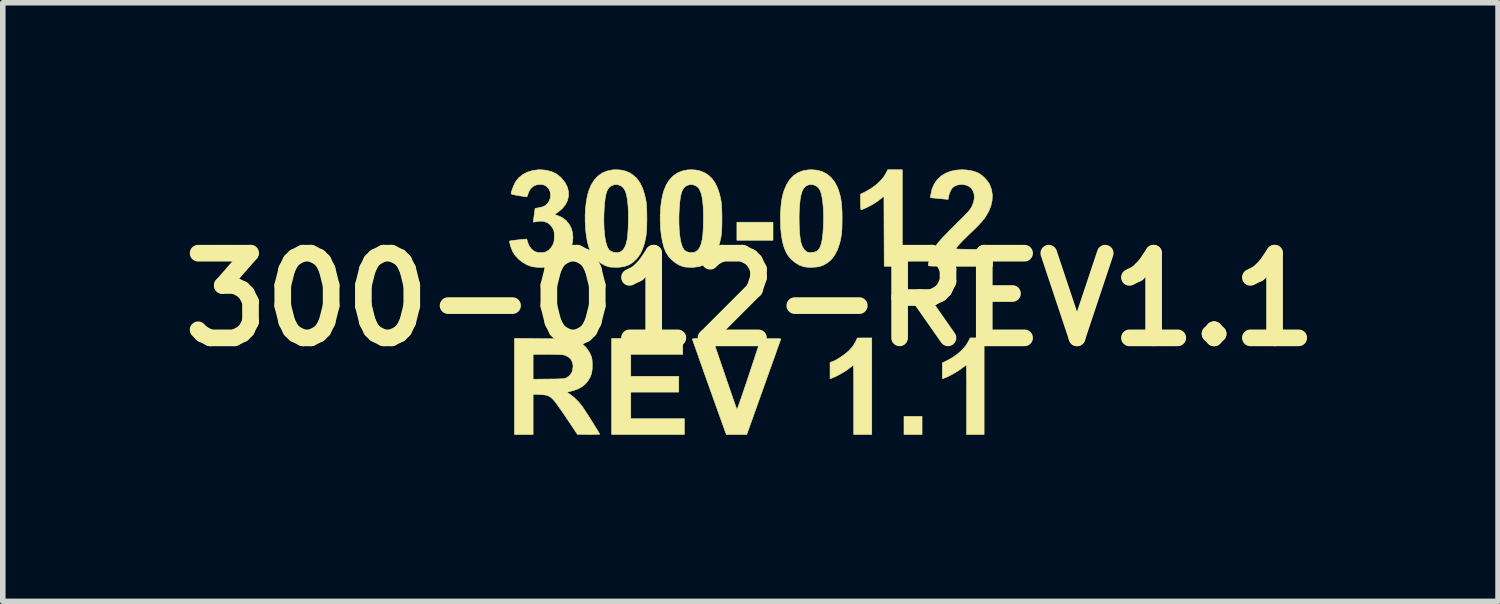
<source format=kicad_pcb>
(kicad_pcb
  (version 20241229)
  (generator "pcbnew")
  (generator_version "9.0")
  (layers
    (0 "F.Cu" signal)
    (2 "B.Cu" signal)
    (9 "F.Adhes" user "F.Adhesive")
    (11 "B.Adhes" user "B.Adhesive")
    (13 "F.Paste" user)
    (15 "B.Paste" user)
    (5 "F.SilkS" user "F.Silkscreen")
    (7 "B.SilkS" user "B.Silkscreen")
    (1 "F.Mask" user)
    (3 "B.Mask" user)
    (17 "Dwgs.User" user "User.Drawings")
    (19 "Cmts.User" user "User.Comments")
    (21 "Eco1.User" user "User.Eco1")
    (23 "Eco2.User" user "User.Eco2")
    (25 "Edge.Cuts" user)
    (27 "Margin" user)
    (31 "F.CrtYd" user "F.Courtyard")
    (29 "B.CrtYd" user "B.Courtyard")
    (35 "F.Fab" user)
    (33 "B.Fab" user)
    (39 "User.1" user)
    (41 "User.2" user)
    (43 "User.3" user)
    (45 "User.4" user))
  (footprint "300-012-REV1.1"
    (layer "F.Cu")
    (at 10.458 2.342)
    (property "Reference" "300-012-REV1.1" (at 0 0 0) (layer "F.SilkS") (effects (font (size 1.524 1.524) (thickness 0.3))))
    (attr through_hole)
    (fp_poly (pts (xy 0.406 -1.067) (xy -0.244 -1.067) (xy -0.244 -1.392) (xy 0.406 -1.392) (xy 0.406 -1.067)) (stroke (width 0.01) (type solid)) (fill yes) (layer "F.SilkS"))
    (fp_poly (pts (xy 3.089 2.428) (xy 2.764 2.428) (xy 2.764 2.103) (xy 3.089 2.103) (xy 3.089 2.428)) (stroke (width 0.01) (type solid)) (fill yes) (layer "F.SilkS"))
    (fp_poly (pts (xy -1.219 0.986) (xy -2.154 0.986) (xy -2.154 1.382) (xy -1.29 1.382) (xy -1.29 1.666) (xy -2.154 1.666) (xy -2.154 2.144) (xy -1.189 2.144) (xy -1.189 2.428) (xy -2.499 2.428) (xy -2.499 0.701) (xy -1.219 0.701) (xy -1.219 0.986)) (stroke (width 0.01) (type solid)) (fill yes) (layer "F.SilkS"))
    (fp_poly (pts (xy 2.733 -0.599) (xy 2.408 -0.599) (xy 2.405 -1.232) (xy 2.403 -1.864) (xy 2.362 -1.827) (xy 2.284 -1.767) (xy 2.191 -1.708) (xy 2.101 -1.661) (xy 2.06 -1.642) (xy 2.025 -1.627) (xy 2.001 -1.618) (xy 1.993 -1.615) (xy 1.988 -1.623) (xy 1.984 -1.648) (xy 1.982 -1.691) (xy 1.981 -1.752) (xy 1.981 -1.756) (xy 1.981 -1.897) (xy 2.068 -1.939) (xy 2.167 -1.996) (xy 2.257 -2.061) (xy 2.335 -2.132) (xy 2.399 -2.207) (xy 2.443 -2.28) (xy 2.471 -2.337) (xy 2.733 -2.337) (xy 2.733 -0.599)) (stroke (width 0.01) (type solid)) (fill yes) (layer "F.SilkS"))
    (fp_poly (pts (xy 4.206 2.428) (xy 3.891 2.428) (xy 3.891 1.803) (xy 3.891 1.693) (xy 3.891 1.588) (xy 3.891 1.492) (xy 3.89 1.405) (xy 3.889 1.33) (xy 3.889 1.268) (xy 3.888 1.221) (xy 3.887 1.191) (xy 3.886 1.179) (xy 3.886 1.179) (xy 3.876 1.184) (xy 3.854 1.2) (xy 3.823 1.223) (xy 3.792 1.246) (xy 3.748 1.277) (xy 3.694 1.311) (xy 3.636 1.344) (xy 3.578 1.374) (xy 3.526 1.399) (xy 3.484 1.415) (xy 3.477 1.417) (xy 3.454 1.424) (xy 3.454 1.14) (xy 3.539 1.099) (xy 3.639 1.043) (xy 3.73 0.978) (xy 3.81 0.907) (xy 3.875 0.831) (xy 3.922 0.756) (xy 3.955 0.691) (xy 4.206 0.691) (xy 4.206 2.428)) (stroke (width 0.01) (type solid)) (fill yes) (layer "F.SilkS"))
    (fp_poly (pts (xy 2.184 2.428) (xy 1.859 2.428) (xy 1.859 1.802) (xy 1.859 1.674) (xy 1.859 1.565) (xy 1.859 1.473) (xy 1.859 1.397) (xy 1.858 1.335) (xy 1.857 1.286) (xy 1.856 1.25) (xy 1.855 1.223) (xy 1.853 1.205) (xy 1.851 1.194) (xy 1.848 1.188) (xy 1.845 1.188) (xy 1.841 1.189) (xy 1.841 1.19) (xy 1.824 1.202) (xy 1.796 1.223) (xy 1.763 1.249) (xy 1.752 1.258) (xy 1.715 1.283) (xy 1.667 1.312) (xy 1.614 1.343) (xy 1.559 1.372) (xy 1.509 1.396) (xy 1.469 1.413) (xy 1.455 1.417) (xy 1.433 1.424) (xy 1.433 1.133) (xy 1.482 1.115) (xy 1.528 1.094) (xy 1.582 1.063) (xy 1.642 1.024) (xy 1.701 0.981) (xy 1.754 0.938) (xy 1.789 0.904) (xy 1.85 0.832) (xy 1.891 0.764) (xy 1.925 0.692) (xy 2.055 0.691) (xy 2.184 0.691) (xy 2.184 2.428)) (stroke (width 0.01) (type solid)) (fill yes) (layer "F.SilkS"))
    (fp_poly (pts (xy -0.468 1.333) (xy -0.431 1.442) (xy -0.395 1.546) (xy -0.362 1.642) (xy -0.332 1.729) (xy -0.306 1.806) (xy -0.283 1.871) (xy -0.265 1.922) (xy -0.252 1.958) (xy -0.245 1.977) (xy -0.244 1.98) (xy -0.24 1.973) (xy -0.229 1.948) (xy -0.214 1.906) (xy -0.193 1.847) (xy -0.167 1.774) (xy -0.137 1.686) (xy -0.103 1.585) (xy -0.065 1.473) (xy -0.024 1.35) (xy 0.189 0.706) (xy 0.37 0.703) (xy 0.442 0.703) (xy 0.496 0.704) (xy 0.531 0.706) (xy 0.546 0.709) (xy 0.547 0.711) (xy 0.543 0.722) (xy 0.533 0.75) (xy 0.517 0.795) (xy 0.495 0.855) (xy 0.469 0.929) (xy 0.439 1.015) (xy 0.404 1.112) (xy 0.366 1.218) (xy 0.325 1.332) (xy 0.282 1.453) (xy 0.239 1.574) (xy -0.066 2.428) (xy -0.434 2.428) (xy -0.45 2.385) (xy -0.46 2.36) (xy -0.474 2.319) (xy -0.494 2.264) (xy -0.519 2.196) (xy -0.547 2.116) (xy -0.579 2.028) (xy -0.613 1.932) (xy -0.65 1.83) (xy -0.688 1.723) (xy -0.727 1.614) (xy -0.766 1.504) (xy -0.805 1.395) (xy -0.843 1.288) (xy -0.879 1.185) (xy -0.914 1.088) (xy -0.945 0.998) (xy -0.974 0.917) (xy -0.998 0.847) (xy -1.019 0.79) (xy -1.034 0.747) (xy -1.043 0.719) (xy -1.046 0.709) (xy -1.037 0.707) (xy -1.01 0.704) (xy -0.97 0.703) (xy -0.918 0.701) (xy -0.865 0.701) (xy -0.684 0.701) (xy -0.468 1.333)) (stroke (width 0.01) (type solid)) (fill yes) (layer "F.SilkS"))
    (fp_poly (pts (xy 1.204 -2.328) (xy 1.297 -2.301) (xy 1.38 -2.257) (xy 1.453 -2.195) (xy 1.515 -2.118) (xy 1.565 -2.023) (xy 1.588 -1.961) (xy 1.609 -1.891) (xy 1.625 -1.822) (xy 1.637 -1.748) (xy 1.644 -1.665) (xy 1.649 -1.57) (xy 1.65 -1.463) (xy 1.649 -1.364) (xy 1.647 -1.281) (xy 1.642 -1.209) (xy 1.634 -1.145) (xy 1.623 -1.083) (xy 1.608 -1.021) (xy 1.604 -1.006) (xy 1.567 -0.898) (xy 1.518 -0.804) (xy 1.459 -0.725) (xy 1.388 -0.662) (xy 1.309 -0.617) (xy 1.245 -0.595) (xy 1.199 -0.587) (xy 1.14 -0.582) (xy 1.078 -0.58) (xy 1.019 -0.583) (xy 0.97 -0.589) (xy 0.962 -0.59) (xy 0.884 -0.618) (xy 0.808 -0.663) (xy 0.739 -0.721) (xy 0.68 -0.789) (xy 0.646 -0.843) (xy 0.607 -0.934) (xy 0.577 -1.041) (xy 0.556 -1.165) (xy 0.543 -1.305) (xy 0.54 -1.458) (xy 0.54 -1.466) (xy 0.876 -1.466) (xy 0.877 -1.371) (xy 0.88 -1.279) (xy 0.885 -1.194) (xy 0.893 -1.119) (xy 0.902 -1.059) (xy 0.908 -1.031) (xy 0.933 -0.957) (xy 0.966 -0.902) (xy 1.005 -0.865) (xy 1.026 -0.854) (xy 1.064 -0.846) (xy 1.111 -0.847) (xy 1.157 -0.855) (xy 1.194 -0.87) (xy 1.197 -0.873) (xy 1.226 -0.899) (xy 1.25 -0.935) (xy 1.269 -0.982) (xy 1.285 -1.043) (xy 1.297 -1.118) (xy 1.306 -1.211) (xy 1.311 -1.28) (xy 1.316 -1.413) (xy 1.316 -1.539) (xy 1.311 -1.655) (xy 1.301 -1.76) (xy 1.287 -1.851) (xy 1.269 -1.925) (xy 1.256 -1.962) (xy 1.226 -2.01) (xy 1.183 -2.046) (xy 1.132 -2.067) (xy 1.077 -2.071) (xy 1.064 -2.069) (xy 1.021 -2.055) (xy 0.985 -2.032) (xy 0.955 -1.996) (xy 0.93 -1.948) (xy 0.911 -1.886) (xy 0.896 -1.808) (xy 0.886 -1.713) (xy 0.879 -1.6) (xy 0.877 -1.561) (xy 0.876 -1.466) (xy 0.54 -1.466) (xy 0.541 -1.538) (xy 0.547 -1.649) (xy 0.556 -1.744) (xy 0.569 -1.827) (xy 0.587 -1.903) (xy 0.608 -1.969) (xy 0.653 -2.073) (xy 0.708 -2.159) (xy 0.774 -2.229) (xy 0.85 -2.281) (xy 0.937 -2.316) (xy 1.036 -2.334) (xy 1.101 -2.337) (xy 1.204 -2.328)) (stroke (width 0.01) (type solid)) (fill yes) (layer "F.SilkS"))
    (fp_poly (pts (xy -2.336 -2.332) (xy -2.261 -2.316) (xy -2.188 -2.287) (xy -2.174 -2.28) (xy -2.102 -2.233) (xy -2.04 -2.174) (xy -1.988 -2.1) (xy -1.944 -2.01) (xy -1.909 -1.904) (xy -1.883 -1.793) (xy -1.875 -1.742) (xy -1.87 -1.674) (xy -1.866 -1.595) (xy -1.864 -1.509) (xy -1.864 -1.42) (xy -1.866 -1.333) (xy -1.869 -1.252) (xy -1.875 -1.182) (xy -1.882 -1.127) (xy -1.883 -1.122) (xy -1.909 -1.006) (xy -1.942 -0.907) (xy -1.983 -0.823) (xy -2.033 -0.751) (xy -2.053 -0.728) (xy -2.119 -0.667) (xy -2.19 -0.623) (xy -2.27 -0.595) (xy -2.361 -0.582) (xy -2.416 -0.58) (xy -2.464 -0.582) (xy -2.508 -0.584) (xy -2.542 -0.588) (xy -2.553 -0.59) (xy -2.625 -0.616) (xy -2.698 -0.658) (xy -2.765 -0.713) (xy -2.824 -0.776) (xy -2.869 -0.844) (xy -2.874 -0.853) (xy -2.907 -0.937) (xy -2.934 -1.036) (xy -2.954 -1.148) (xy -2.968 -1.268) (xy -2.974 -1.386) (xy -2.639 -1.386) (xy -2.634 -1.271) (xy -2.625 -1.166) (xy -2.612 -1.075) (xy -2.594 -0.999) (xy -2.572 -0.939) (xy -2.55 -0.901) (xy -2.513 -0.869) (xy -2.464 -0.85) (xy -2.41 -0.844) (xy -2.356 -0.853) (xy -2.343 -0.857) (xy -2.301 -0.886) (xy -2.266 -0.933) (xy -2.239 -0.998) (xy -2.219 -1.08) (xy -2.215 -1.106) (xy -2.209 -1.163) (xy -2.204 -1.236) (xy -2.2 -1.319) (xy -2.198 -1.407) (xy -2.197 -1.496) (xy -2.198 -1.581) (xy -2.201 -1.657) (xy -2.203 -1.687) (xy -2.213 -1.787) (xy -2.227 -1.869) (xy -2.245 -1.934) (xy -2.269 -1.985) (xy -2.298 -2.022) (xy -2.333 -2.048) (xy -2.34 -2.051) (xy -2.394 -2.07) (xy -2.446 -2.069) (xy -2.496 -2.051) (xy -2.53 -2.03) (xy -2.558 -1.999) (xy -2.581 -1.957) (xy -2.599 -1.902) (xy -2.613 -1.833) (xy -2.624 -1.747) (xy -2.632 -1.643) (xy -2.632 -1.643) (xy -2.638 -1.511) (xy -2.639 -1.386) (xy -2.974 -1.386) (xy -2.975 -1.394) (xy -2.975 -1.521) (xy -2.968 -1.646) (xy -2.954 -1.766) (xy -2.933 -1.876) (xy -2.909 -1.961) (xy -2.866 -2.065) (xy -2.811 -2.152) (xy -2.745 -2.223) (xy -2.668 -2.278) (xy -2.58 -2.314) (xy -2.483 -2.334) (xy -2.422 -2.337) (xy -2.336 -2.332)) (stroke (width 0.01) (type solid)) (fill yes) (layer "F.SilkS"))
    (fp_poly (pts (xy -0.985 -2.332) (xy -0.909 -2.316) (xy -0.837 -2.287) (xy -0.822 -2.28) (xy -0.75 -2.233) (xy -0.689 -2.174) (xy -0.637 -2.1) (xy -0.593 -2.01) (xy -0.557 -1.904) (xy -0.532 -1.793) (xy -0.524 -1.742) (xy -0.519 -1.674) (xy -0.515 -1.595) (xy -0.513 -1.509) (xy -0.513 -1.42) (xy -0.514 -1.333) (xy -0.518 -1.252) (xy -0.523 -1.182) (xy -0.53 -1.127) (xy -0.531 -1.122) (xy -0.558 -1.006) (xy -0.591 -0.907) (xy -0.632 -0.823) (xy -0.681 -0.751) (xy -0.702 -0.728) (xy -0.768 -0.667) (xy -0.839 -0.623) (xy -0.919 -0.595) (xy -1.01 -0.582) (xy -1.065 -0.58) (xy -1.113 -0.582) (xy -1.157 -0.584) (xy -1.191 -0.588) (xy -1.201 -0.59) (xy -1.274 -0.616) (xy -1.346 -0.658) (xy -1.414 -0.713) (xy -1.473 -0.776) (xy -1.517 -0.844) (xy -1.522 -0.853) (xy -1.556 -0.937) (xy -1.582 -1.036) (xy -1.603 -1.148) (xy -1.617 -1.268) (xy -1.623 -1.386) (xy -1.287 -1.386) (xy -1.283 -1.271) (xy -1.274 -1.166) (xy -1.261 -1.075) (xy -1.243 -0.999) (xy -1.221 -0.939) (xy -1.199 -0.901) (xy -1.162 -0.869) (xy -1.113 -0.85) (xy -1.059 -0.844) (xy -1.005 -0.853) (xy -0.992 -0.857) (xy -0.95 -0.886) (xy -0.915 -0.933) (xy -0.888 -0.998) (xy -0.868 -1.08) (xy -0.864 -1.106) (xy -0.857 -1.163) (xy -0.852 -1.236) (xy -0.849 -1.319) (xy -0.847 -1.407) (xy -0.846 -1.496) (xy -0.847 -1.581) (xy -0.85 -1.657) (xy -0.852 -1.687) (xy -0.862 -1.787) (xy -0.876 -1.869) (xy -0.894 -1.934) (xy -0.917 -1.985) (xy -0.947 -2.022) (xy -0.982 -2.048) (xy -0.989 -2.051) (xy -1.043 -2.07) (xy -1.095 -2.069) (xy -1.145 -2.051) (xy -1.179 -2.03) (xy -1.207 -1.999) (xy -1.229 -1.957) (xy -1.248 -1.902) (xy -1.262 -1.833) (xy -1.273 -1.747) (xy -1.281 -1.643) (xy -1.281 -1.643) (xy -1.287 -1.511) (xy -1.287 -1.386) (xy -1.623 -1.386) (xy -1.624 -1.394) (xy -1.624 -1.521) (xy -1.617 -1.646) (xy -1.603 -1.766) (xy -1.582 -1.876) (xy -1.558 -1.961) (xy -1.515 -2.065) (xy -1.46 -2.152) (xy -1.394 -2.223) (xy -1.317 -2.278) (xy -1.229 -2.314) (xy -1.132 -2.334) (xy -1.07 -2.337) (xy -0.985 -2.332)) (stroke (width 0.01) (type solid)) (fill yes) (layer "F.SilkS"))
    (fp_poly (pts (xy 3.902 -2.331) (xy 3.991 -2.316) (xy 4.07 -2.291) (xy 4.106 -2.275) (xy 4.155 -2.243) (xy 4.206 -2.199) (xy 4.253 -2.148) (xy 4.292 -2.095) (xy 4.306 -2.069) (xy 4.339 -1.98) (xy 4.354 -1.885) (xy 4.35 -1.786) (xy 4.328 -1.686) (xy 4.288 -1.587) (xy 4.261 -1.539) (xy 4.236 -1.498) (xy 4.21 -1.46) (xy 4.18 -1.423) (xy 4.146 -1.383) (xy 4.104 -1.338) (xy 4.052 -1.285) (xy 3.988 -1.223) (xy 3.954 -1.191) (xy 3.874 -1.113) (xy 3.809 -1.048) (xy 3.759 -0.995) (xy 3.724 -0.955) (xy 3.704 -0.927) (xy 3.698 -0.913) (xy 3.708 -0.911) (xy 3.736 -0.909) (xy 3.779 -0.907) (xy 3.835 -0.906) (xy 3.903 -0.905) (xy 3.978 -0.904) (xy 4.028 -0.904) (xy 4.359 -0.904) (xy 4.359 -0.599) (xy 3.78 -0.599) (xy 3.656 -0.599) (xy 3.552 -0.6) (xy 3.464 -0.6) (xy 3.393 -0.6) (xy 3.335 -0.601) (xy 3.29 -0.602) (xy 3.256 -0.603) (xy 3.232 -0.605) (xy 3.216 -0.607) (xy 3.206 -0.61) (xy 3.202 -0.613) (xy 3.2 -0.616) (xy 3.2 -0.617) (xy 3.205 -0.652) (xy 3.217 -0.7) (xy 3.234 -0.755) (xy 3.256 -0.812) (xy 3.277 -0.859) (xy 3.294 -0.894) (xy 3.312 -0.926) (xy 3.332 -0.959) (xy 3.355 -0.991) (xy 3.383 -1.027) (xy 3.416 -1.066) (xy 3.456 -1.111) (xy 3.506 -1.162) (xy 3.565 -1.223) (xy 3.635 -1.293) (xy 3.718 -1.376) (xy 3.763 -1.42) (xy 3.823 -1.48) (xy 3.87 -1.528) (xy 3.907 -1.566) (xy 3.934 -1.598) (xy 3.955 -1.625) (xy 3.971 -1.649) (xy 3.985 -1.673) (xy 3.986 -1.676) (xy 4.017 -1.753) (xy 4.03 -1.826) (xy 4.027 -1.892) (xy 4.009 -1.951) (xy 3.978 -2.001) (xy 3.933 -2.038) (xy 3.875 -2.062) (xy 3.807 -2.072) (xy 3.779 -2.071) (xy 3.718 -2.06) (xy 3.668 -2.038) (xy 3.628 -2.003) (xy 3.598 -1.953) (xy 3.574 -1.885) (xy 3.562 -1.829) (xy 3.557 -1.803) (xy 3.398 -1.818) (xy 3.239 -1.833) (xy 3.246 -1.884) (xy 3.268 -1.987) (xy 3.307 -2.078) (xy 3.361 -2.156) (xy 3.429 -2.221) (xy 3.511 -2.273) (xy 3.606 -2.31) (xy 3.713 -2.331) (xy 3.81 -2.337) (xy 3.902 -2.331)) (stroke (width 0.01) (type solid)) (fill yes) (layer "F.SilkS"))
    (fp_poly (pts (xy -3.762 0.704) (xy -3.64 0.705) (xy -3.537 0.706) (xy -3.451 0.708) (xy -3.379 0.71) (xy -3.319 0.713) (xy -3.269 0.717) (xy -3.228 0.721) (xy -3.194 0.727) (xy -3.164 0.735) (xy -3.137 0.744) (xy -3.11 0.754) (xy -3.083 0.766) (xy -3.018 0.806) (xy -2.959 0.863) (xy -2.909 0.933) (xy -2.888 0.972) (xy -2.871 1.009) (xy -2.86 1.04) (xy -2.853 1.071) (xy -2.849 1.109) (xy -2.847 1.159) (xy -2.848 1.25) (xy -2.86 1.328) (xy -2.885 1.397) (xy -2.924 1.462) (xy -2.925 1.464) (xy -2.972 1.52) (xy -3.028 1.566) (xy -3.095 1.604) (xy -3.176 1.635) (xy -3.275 1.661) (xy -3.276 1.661) (xy -3.29 1.665) (xy -3.294 1.669) (xy -3.287 1.678) (xy -3.267 1.693) (xy -3.24 1.711) (xy -3.168 1.768) (xy -3.096 1.84) (xy -3.028 1.923) (xy -3.016 1.941) (xy -2.999 1.965) (xy -2.975 2.002) (xy -2.946 2.047) (xy -2.912 2.099) (xy -2.877 2.155) (xy -2.841 2.212) (xy -2.807 2.267) (xy -2.776 2.317) (xy -2.749 2.361) (xy -2.728 2.395) (xy -2.716 2.417) (xy -2.713 2.423) (xy -2.722 2.425) (xy -2.749 2.426) (xy -2.79 2.427) (xy -2.843 2.428) (xy -2.903 2.428) (xy -2.913 2.428) (xy -3.114 2.427) (xy -3.301 2.147) (xy -3.349 2.076) (xy -3.395 2.009) (xy -3.439 1.947) (xy -3.478 1.892) (xy -3.51 1.849) (xy -3.534 1.818) (xy -3.543 1.808) (xy -3.579 1.772) (xy -3.614 1.746) (xy -3.653 1.728) (xy -3.7 1.717) (xy -3.759 1.711) (xy -3.797 1.709) (xy -3.912 1.704) (xy -3.912 2.428) (xy -4.247 2.428) (xy -4.247 0.986) (xy -3.912 0.986) (xy -3.912 1.434) (xy -3.63 1.431) (xy -3.546 1.43) (xy -3.48 1.429) (xy -3.43 1.427) (xy -3.392 1.425) (xy -3.364 1.423) (xy -3.343 1.419) (xy -3.327 1.415) (xy -3.314 1.409) (xy -3.306 1.405) (xy -3.254 1.368) (xy -3.218 1.319) (xy -3.2 1.266) (xy -3.192 1.195) (xy -3.203 1.132) (xy -3.23 1.078) (xy -3.273 1.035) (xy -3.331 1.006) (xy -3.364 0.996) (xy -3.389 0.993) (xy -3.431 0.99) (xy -3.486 0.988) (xy -3.551 0.987) (xy -3.623 0.986) (xy -3.663 0.986) (xy -3.912 0.986) (xy -4.247 0.986) (xy -4.247 0.699) (xy -3.762 0.704)) (stroke (width 0.01) (type solid)) (fill yes) (layer "F.SilkS"))
    (fp_poly (pts (xy -3.677 -2.328) (xy -3.58 -2.303) (xy -3.494 -2.262) (xy -3.418 -2.203) (xy -3.395 -2.179) (xy -3.336 -2.104) (xy -3.296 -2.025) (xy -3.276 -1.944) (xy -3.275 -1.864) (xy -3.292 -1.785) (xy -3.329 -1.711) (xy -3.384 -1.641) (xy -3.457 -1.579) (xy -3.472 -1.569) (xy -3.528 -1.532) (xy -3.469 -1.512) (xy -3.388 -1.475) (xy -3.32 -1.424) (xy -3.266 -1.36) (xy -3.227 -1.287) (xy -3.203 -1.206) (xy -3.195 -1.12) (xy -3.203 -1.029) (xy -3.229 -0.937) (xy -3.251 -0.888) (xy -3.304 -0.803) (xy -3.372 -0.728) (xy -3.454 -0.665) (xy -3.545 -0.618) (xy -3.614 -0.595) (xy -3.664 -0.586) (xy -3.726 -0.581) (xy -3.794 -0.58) (xy -3.859 -0.583) (xy -3.915 -0.59) (xy -3.939 -0.595) (xy -4.022 -0.625) (xy -4.101 -0.671) (xy -4.173 -0.727) (xy -4.233 -0.791) (xy -4.277 -0.86) (xy -4.28 -0.866) (xy -4.294 -0.899) (xy -4.309 -0.938) (xy -4.321 -0.977) (xy -4.331 -1.013) (xy -4.336 -1.04) (xy -4.336 -1.052) (xy -4.336 -1.052) (xy -4.324 -1.055) (xy -4.297 -1.06) (xy -4.259 -1.065) (xy -4.214 -1.071) (xy -4.166 -1.076) (xy -4.119 -1.081) (xy -4.077 -1.085) (xy -4.046 -1.088) (xy -4.029 -1.088) (xy -4.027 -1.088) (xy -4.023 -1.076) (xy -4.016 -1.05) (xy -4.009 -1.026) (xy -3.985 -0.969) (xy -3.949 -0.918) (xy -3.904 -0.878) (xy -3.877 -0.862) (xy -3.832 -0.849) (xy -3.778 -0.844) (xy -3.726 -0.847) (xy -3.684 -0.857) (xy -3.631 -0.889) (xy -3.586 -0.937) (xy -3.555 -0.988) (xy -3.543 -1.019) (xy -3.535 -1.05) (xy -3.532 -1.087) (xy -3.531 -1.138) (xy -3.531 -1.185) (xy -3.534 -1.218) (xy -3.539 -1.243) (xy -3.55 -1.267) (xy -3.562 -1.29) (xy -3.604 -1.346) (xy -3.657 -1.385) (xy -3.72 -1.407) (xy -3.793 -1.411) (xy -3.851 -1.403) (xy -3.881 -1.397) (xy -3.901 -1.394) (xy -3.907 -1.394) (xy -3.906 -1.405) (xy -3.903 -1.431) (xy -3.899 -1.47) (xy -3.893 -1.517) (xy -3.892 -1.519) (xy -3.876 -1.641) (xy -3.808 -1.653) (xy -3.751 -1.666) (xy -3.709 -1.682) (xy -3.675 -1.706) (xy -3.656 -1.724) (xy -3.621 -1.773) (xy -3.602 -1.828) (xy -3.597 -1.886) (xy -3.606 -1.941) (xy -3.629 -1.992) (xy -3.664 -2.033) (xy -3.706 -2.059) (xy -3.736 -2.067) (xy -3.774 -2.072) (xy -3.791 -2.073) (xy -3.856 -2.063) (xy -3.913 -2.036) (xy -3.959 -1.993) (xy -3.992 -1.936) (xy -4.004 -1.9) (xy -4.013 -1.871) (xy -4.023 -1.853) (xy -4.028 -1.849) (xy -4.041 -1.85) (xy -4.071 -1.855) (xy -4.112 -1.861) (xy -4.162 -1.869) (xy -4.173 -1.871) (xy -4.232 -1.881) (xy -4.272 -1.89) (xy -4.297 -1.897) (xy -4.307 -1.905) (xy -4.308 -1.907) (xy -4.304 -1.932) (xy -4.292 -1.969) (xy -4.276 -2.013) (xy -4.258 -2.058) (xy -4.238 -2.099) (xy -4.222 -2.128) (xy -4.167 -2.195) (xy -4.097 -2.251) (xy -4.014 -2.294) (xy -3.921 -2.322) (xy -3.819 -2.336) (xy -3.785 -2.337) (xy -3.677 -2.328)) (stroke (width 0.01) (type solid)) (fill yes) (layer "F.SilkS")))
  (gr_rect
    (start -3 -3)
    (end 23.915 7.775)
    (stroke (width 0.1) (type default))
    (fill no)
    (layer "Edge.Cuts")))
</source>
